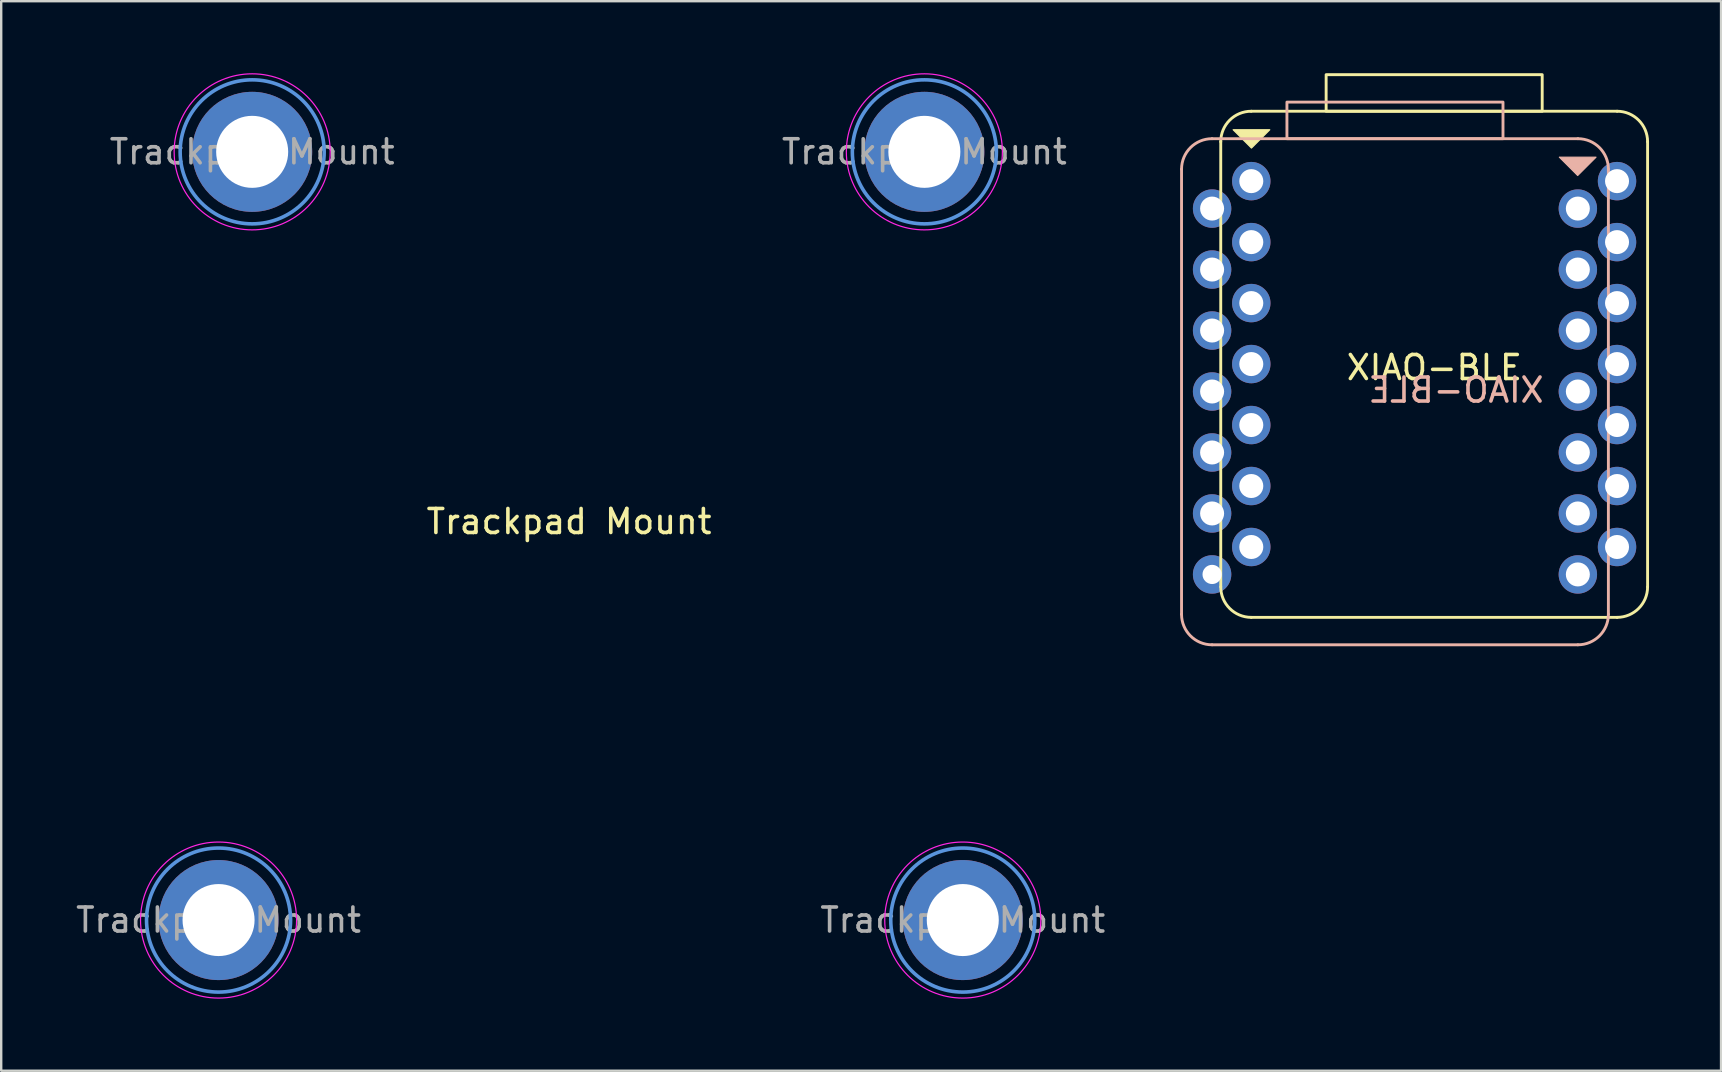
<source format=kicad_pcb>
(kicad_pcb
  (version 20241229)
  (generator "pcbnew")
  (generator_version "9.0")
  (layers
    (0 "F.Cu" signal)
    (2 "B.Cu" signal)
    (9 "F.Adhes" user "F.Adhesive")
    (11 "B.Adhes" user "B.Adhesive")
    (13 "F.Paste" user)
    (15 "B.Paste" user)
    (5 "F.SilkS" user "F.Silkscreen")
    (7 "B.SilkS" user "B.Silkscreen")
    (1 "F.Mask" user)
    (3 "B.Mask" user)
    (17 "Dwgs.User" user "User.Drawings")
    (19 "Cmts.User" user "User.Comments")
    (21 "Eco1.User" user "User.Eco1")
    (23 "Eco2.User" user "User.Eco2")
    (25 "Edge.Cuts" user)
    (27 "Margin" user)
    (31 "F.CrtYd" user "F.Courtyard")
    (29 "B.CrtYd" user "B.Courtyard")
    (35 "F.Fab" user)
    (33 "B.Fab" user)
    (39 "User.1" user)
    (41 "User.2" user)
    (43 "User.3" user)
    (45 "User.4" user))
  (footprint "Trackpad Mount"
    (layer "F.Cu")
    (at 21.44 19.281)
    (property "Reference" "Trackpad Mount" (at -0.786 -0.606 0) (unlocked yes) (layer "F.SilkS") (effects (font (size 1 1) (thickness 0.15))))
    (attr through_hole)
    (fp_circle (center -15.386 15.994) (end -12.386 15.994) (stroke (width 0.15) (type solid)) (fill no) (layer "Cmts.User"))
    (fp_circle (center -13.986 -16.006) (end -10.986 -16.006) (stroke (width 0.15) (type solid)) (fill no) (layer "Cmts.User"))
    (fp_circle (center 14.014 -16.006) (end 17.014 -16.006) (stroke (width 0.15) (type solid)) (fill no) (layer "Cmts.User"))
    (fp_circle (center 15.614 15.994) (end 18.614 15.994) (stroke (width 0.15) (type solid)) (fill no) (layer "Cmts.User"))
    (fp_circle (center -15.386 15.994) (end -12.136 15.994) (stroke (width 0.05) (type solid)) (fill no) (layer "F.CrtYd"))
    (fp_circle (center -13.986 -16.006) (end -10.736 -16.006) (stroke (width 0.05) (type solid)) (fill no) (layer "F.CrtYd"))
    (fp_circle (center 14.014 -16.006) (end 17.264 -16.006) (stroke (width 0.05) (type solid)) (fill no) (layer "F.CrtYd"))
    (fp_circle (center 15.614 15.994) (end 18.864 15.994) (stroke (width 0.05) (type solid)) (fill no) (layer "F.CrtYd"))
    (fp_line (start -18.585 14.305) (end -18.585 -9.152) (stroke (width 0.2) (type solid)) (layer "User.7"))
    (fp_line (start -18.556 -14.695) (end -18.55 -9.152) (stroke (width 0.2) (type solid)) (layer "User.7"))
    (fp_line (start -18.55 -9.152) (end -18.55 14.305) (stroke (width 0.2) (type solid)) (layer "User.7"))
    (fp_line (start -18.55 14.305) (end -18.55 17.305) (stroke (width 0.2) (type solid)) (layer "User.7"))
    (fp_line (start -14.556 -18.695) (end 14.444 -18.695) (stroke (width 0.2) (type solid)) (layer "User.7"))
    (fp_line (start 18.444 -9.152) (end 18.444 -14.695) (stroke (width 0.2) (type solid)) (layer "User.7"))
    (fp_line (start 18.444 17.305) (end 18.444 14.305) (stroke (width 0.2) (type solid)) (layer "User.7"))
    (fp_line (start 18.444 14.305) (end 18.444 -9.152) (stroke (width 0.2) (type solid)) (layer "User.7"))
    (fp_arc (start -18.556459 -14.694943) (mid -17.384887 -17.523369) (end -14.556461 -18.694939) (stroke (width 0.2) (type solid)) (layer "User.7"))
    (fp_arc (start 14.443523 -18.694952) (mid 17.271956 -17.523375) (end 18.44353 -14.694942) (stroke (width 0.2) (type solid)) (layer "User.7"))
    (fp_circle (center -15.386 15.994) (end -16.486 15.994) (stroke (width 0.2) (type solid)) (fill no) (layer "User.7"))
    (fp_circle (center -13.986 -16.006) (end -15.086 -16.006) (stroke (width 0.2) (type solid)) (fill no) (layer "User.7"))
    (fp_circle (center 14.014 -16.006) (end 12.914 -16.006) (stroke (width 0.2) (type solid)) (fill no) (layer "User.7"))
    (fp_circle (center 15.614 15.994) (end 14.514 15.994) (stroke (width 0.2) (type solid)) (fill no) (layer "User.7"))
    (fp_text user "${REFERENCE}" (at -15.386 15.994 180) (layer "F.Fab") (effects (font (size 1 1) (thickness 0.15))))
    (fp_text user "${REFERENCE}" (at -13.986 -16.006 180) (layer "F.Fab") (effects (font (size 1 1) (thickness 0.15))))
    (fp_text user "${REFERENCE}" (at 15.614 15.994 180) (layer "F.Fab") (effects (font (size 1 1) (thickness 0.15))))
    (fp_text user "${REFERENCE}" (at 14.014 -16.006 180) (layer "F.Fab") (effects (font (size 1 1) (thickness 0.15))))
    (pad "1" thru_hole circle (at -15.386 15.994) (size 5 5) (drill 3) (layers "*.Cu" "*.Mask"))
    (pad "1" thru_hole circle (at -13.986 -16.006) (size 5 5) (drill 3) (layers "*.Cu" "*.Mask"))
    (pad "1" thru_hole circle (at 14.014 -16.006) (size 5 5) (drill 3) (layers "*.Cu" "*.Mask"))
    (pad "1" thru_hole circle (at 15.614 15.994) (size 5 5) (drill 3) (layers "*.Cu" "*.Mask")))
  (footprint "XIAO-BLE"
    (layer "F.Cu")
    (at 56.699 11.499)
    (property "Reference" "XIAO-BLE" (at 0 0.762 0) (unlocked yes) (layer "F.SilkS") (effects (font (size 1 1) (thickness 0.15))))
    (attr through_hole)
    (fp_line (start -8.899 9.897) (end -8.899 -8.645) (stroke (width 0.12) (type solid)) (layer "F.SilkS"))
    (fp_line (start -7.629 -9.915) (end 7.611 -9.915) (stroke (width 0.12) (type solid)) (layer "F.SilkS"))
    (fp_line (start 7.611 11.167) (end -7.629 11.167) (stroke (width 0.12) (type solid)) (layer "F.SilkS"))
    (fp_line (start 8.881 -8.645) (end 8.881 9.897) (stroke (width 0.12) (type solid)) (layer "F.SilkS"))
    (fp_rect (start -4.509 -9.915) (end 4.491 -11.439) (stroke (width 0.12) (type solid)) (fill no) (layer "F.SilkS"))
    (fp_arc (start -8.899027 -8.645028) (mid -8.527053 -9.543054) (end -7.629027 -9.915028) (stroke (width 0.12) (type solid)) (layer "F.SilkS"))
    (fp_arc (start -7.629027 11.166972) (mid -8.527053 10.794998) (end -8.899027 9.896972) (stroke (width 0.12) (type solid)) (layer "F.SilkS"))
    (fp_arc (start 7.610973 -9.915028) (mid 8.50899 -9.543047) (end 8.880973 -8.645028) (stroke (width 0.12) (type solid)) (layer "F.SilkS"))
    (fp_arc (start 8.880973 9.896972) (mid 8.509001 10.795) (end 7.610973 11.166972) (stroke (width 0.12) (type solid)) (layer "F.SilkS"))
    (fp_poly (pts (xy -7.62 -8.382) (xy -8.382 -9.144) (xy -6.858 -9.144)) (stroke (width 0.05) (type solid)) (fill yes) (layer "F.SilkS"))
    (fp_line (start -10.532 -7.502) (end -10.532 11.04) (stroke (width 0.12) (type solid)) (layer "B.SilkS"))
    (fp_line (start -9.262 12.31) (end 5.978 12.31) (stroke (width 0.12) (type solid)) (layer "B.SilkS"))
    (fp_line (start 5.978 -8.772) (end -9.262 -8.772) (stroke (width 0.12) (type solid)) (layer "B.SilkS"))
    (fp_line (start 7.248 11.04) (end 7.248 -7.502) (stroke (width 0.12) (type solid)) (layer "B.SilkS"))
    (fp_rect (start 2.858 -8.772) (end -6.142 -10.296) (stroke (width 0.12) (type solid)) (fill no) (layer "B.SilkS"))
    (fp_arc (start -10.531972 -7.502028) (mid -10.15999 -8.400046) (end -9.261972 -8.772028) (stroke (width 0.12) (type solid)) (layer "B.SilkS"))
    (fp_arc (start -9.261972 12.309972) (mid -10.16 11.938) (end -10.531972 11.039972) (stroke (width 0.12) (type solid)) (layer "B.SilkS"))
    (fp_arc (start 5.978028 -8.772028) (mid 6.876054 -8.400054) (end 7.248028 -7.502028) (stroke (width 0.12) (type solid)) (layer "B.SilkS"))
    (fp_arc (start 7.248028 11.039972) (mid 6.876053 11.937996) (end 5.978028 12.309972) (stroke (width 0.12) (type solid)) (layer "B.SilkS"))
    (fp_poly (pts (xy 5.969 -7.239) (xy 6.731 -8.001) (xy 5.207 -8.001)) (stroke (width 0.05) (type solid)) (fill yes) (layer "B.SilkS"))
    (fp_text user "${REFERENCE}" (at 0.9 1.7 0) (unlocked yes) (layer "B.SilkS") (effects (font (size 1 1) (thickness 0.15)) (justify mirror)))
    (pad "1" thru_hole circle (at -7.627 -7.004) (size 1.6 1.6) (drill 1) (layers "*.Cu" "*.Mask"))
    (pad "1" thru_hole circle (at 5.976 -5.861) (size 1.6 1.6) (drill 1) (layers "*.Cu" "*.Mask"))
    (pad "2" thru_hole circle (at -7.627 -4.464) (size 1.6 1.6) (drill 1) (layers "*.Cu" "*.Mask"))
    (pad "2" thru_hole circle (at 5.976 -3.321) (size 1.6 1.6) (drill 1) (layers "*.Cu" "*.Mask"))
    (pad "3" thru_hole circle (at -7.627 -1.924) (size 1.6 1.6) (drill 1) (layers "*.Cu" "*.Mask"))
    (pad "3" thru_hole circle (at 5.976 -0.781) (size 1.6 1.6) (drill 1) (layers "*.Cu" "*.Mask"))
    (pad "4" thru_hole circle (at -7.627 0.616) (size 1.6 1.6) (drill 1) (layers "*.Cu" "*.Mask"))
    (pad "4" thru_hole circle (at 5.976 1.759) (size 1.6 1.6) (drill 1) (layers "*.Cu" "*.Mask"))
    (pad "5" thru_hole circle (at -7.627 3.156) (size 1.6 1.6) (drill 1) (layers "*.Cu" "*.Mask"))
    (pad "5" thru_hole circle (at 5.976 4.299) (size 1.6 1.6) (drill 1) (layers "*.Cu" "*.Mask"))
    (pad "6" thru_hole circle (at -7.627 5.696) (size 1.6 1.6) (drill 1) (layers "*.Cu" "*.Mask"))
    (pad "6" thru_hole circle (at 5.976 6.839) (size 1.6 1.6) (drill 1) (layers "*.Cu" "*.Mask"))
    (pad "7" thru_hole circle (at -7.627 8.236) (size 1.6 1.6) (drill 1) (layers "*.Cu" "*.Mask"))
    (pad "7" thru_hole circle (at 5.976 9.379) (size 1.6 1.6) (drill 1) (layers "*.Cu" "*.Mask"))
    (pad "8" thru_hole circle (at -9.259 9.379) (size 1.6 1.6) (drill 0.8) (layers "*.Cu" "*.Mask"))
    (pad "8" thru_hole circle (at 7.608 8.236) (size 1.6 1.6) (drill 1) (layers "*.Cu" "*.Mask"))
    (pad "9" thru_hole circle (at -9.259 6.839) (size 1.6 1.6) (drill 1) (layers "*.Cu" "*.Mask"))
    (pad "9" thru_hole circle (at 7.608 5.696) (size 1.6 1.6) (drill 1) (layers "*.Cu" "*.Mask"))
    (pad "10" thru_hole circle (at -9.259 4.299) (size 1.6 1.6) (drill 1) (layers "*.Cu" "*.Mask"))
    (pad "10" thru_hole circle (at 7.608 3.156) (size 1.6 1.6) (drill 1) (layers "*.Cu" "*.Mask"))
    (pad "11" thru_hole circle (at -9.259 1.759) (size 1.6 1.6) (drill 1) (layers "*.Cu" "*.Mask"))
    (pad "11" thru_hole circle (at 7.608 0.616) (size 1.6 1.6) (drill 1) (layers "*.Cu" "*.Mask"))
    (pad "12" thru_hole circle (at -9.259 -0.781) (size 1.6 1.6) (drill 1) (layers "*.Cu" "*.Mask"))
    (pad "12" thru_hole circle (at 7.608 -1.924) (size 1.6 1.6) (drill 1) (layers "*.Cu" "*.Mask"))
    (pad "13" thru_hole circle (at -9.259 -3.321) (size 1.6 1.6) (drill 1) (layers "*.Cu" "*.Mask"))
    (pad "13" thru_hole circle (at 7.608 -4.464) (size 1.6 1.6) (drill 1) (layers "*.Cu" "*.Mask"))
    (pad "14" thru_hole circle (at -9.259 -5.861) (size 1.6 1.6) (drill 1) (layers "*.Cu" "*.Mask"))
    (pad "14" thru_hole circle (at 7.608 -7.004) (size 1.6 1.6) (drill 1) (layers "*.Cu" "*.Mask")))
  (gr_rect
    (start -3 -3)
    (end 68.64 41.55)
    (stroke (width 0.1) (type default))
    (fill no)
    (layer "Edge.Cuts")))
</source>
